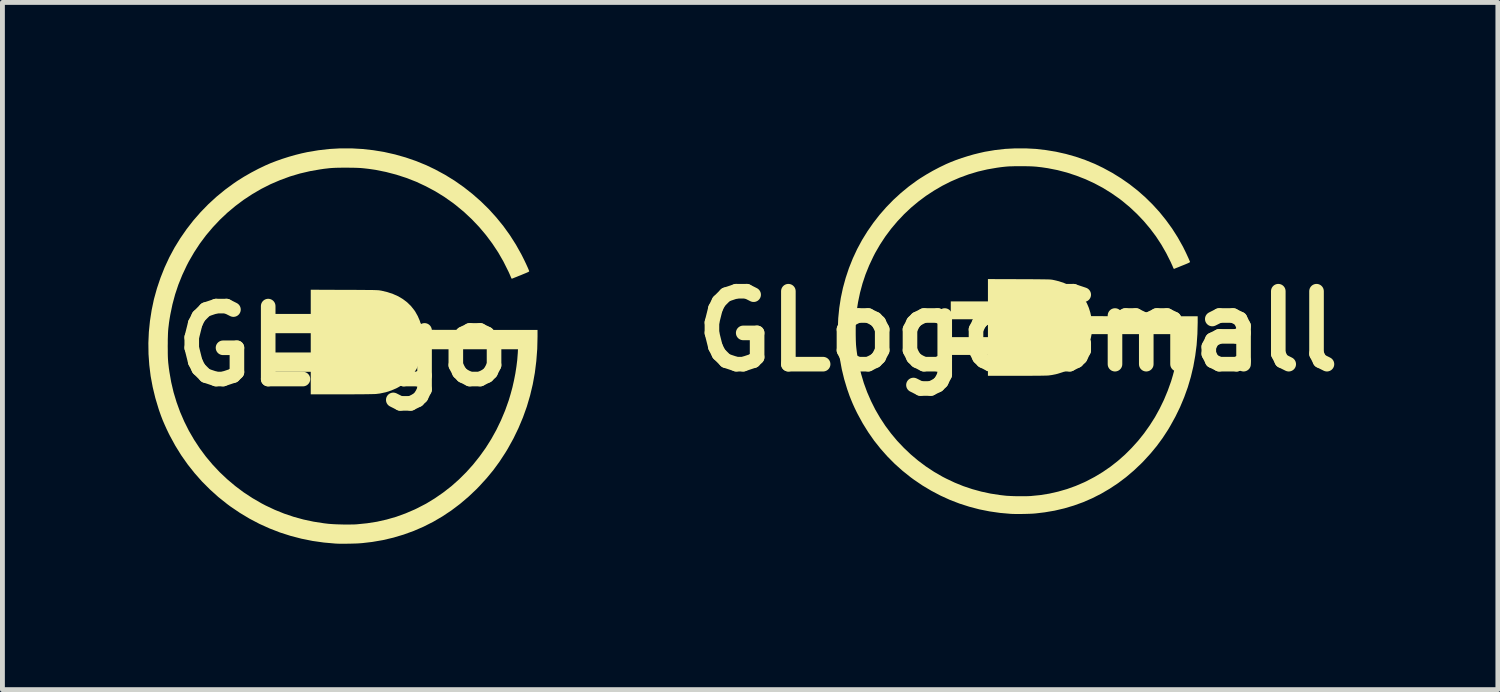
<source format=kicad_pcb>
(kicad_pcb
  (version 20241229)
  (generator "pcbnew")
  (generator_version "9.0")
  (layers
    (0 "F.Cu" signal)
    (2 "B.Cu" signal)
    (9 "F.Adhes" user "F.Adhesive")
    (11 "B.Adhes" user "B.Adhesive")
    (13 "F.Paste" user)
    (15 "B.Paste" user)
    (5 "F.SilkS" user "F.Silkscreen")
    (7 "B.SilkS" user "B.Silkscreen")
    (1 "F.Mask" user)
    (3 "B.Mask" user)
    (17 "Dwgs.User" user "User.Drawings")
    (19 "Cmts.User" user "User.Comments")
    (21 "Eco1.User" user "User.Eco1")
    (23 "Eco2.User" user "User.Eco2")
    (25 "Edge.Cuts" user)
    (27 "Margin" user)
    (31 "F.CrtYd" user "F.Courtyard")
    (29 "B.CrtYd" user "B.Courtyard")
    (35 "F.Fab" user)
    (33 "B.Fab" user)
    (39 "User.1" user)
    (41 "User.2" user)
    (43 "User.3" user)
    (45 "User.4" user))
  (footprint "GLogoSmall"
    (layer "F.Cu")
    (at 17.871 3.758)
    (property "Reference" "GLogoSmall" (at 0 0 0) (layer "F.SilkS") (effects (font (size 1.5 1.5) (thickness 0.3))))
    (attr board_only exclude_from_pos_files exclude_from_bom)
    (fp_poly (pts (xy 0.371 -3.747) (xy 0.58 -3.723) (xy 0.787 -3.689) (xy 0.992 -3.643) (xy 1.194 -3.586) (xy 1.393 -3.517) (xy 1.587 -3.438) (xy 1.755 -3.357) (xy 1.943 -3.255) (xy 2.124 -3.143) (xy 2.298 -3.022) (xy 2.465 -2.891) (xy 2.624 -2.751) (xy 2.775 -2.602) (xy 2.917 -2.446) (xy 3.05 -2.281) (xy 3.174 -2.11) (xy 3.288 -1.931) (xy 3.392 -1.746) (xy 3.404 -1.723) (xy 3.424 -1.682) (xy 3.446 -1.638) (xy 3.468 -1.592) (xy 3.489 -1.546) (xy 3.509 -1.503) (xy 3.525 -1.466) (xy 3.538 -1.436) (xy 3.541 -1.428) (xy 3.542 -1.424) (xy 3.54 -1.42) (xy 3.535 -1.415) (xy 3.525 -1.409) (xy 3.509 -1.401) (xy 3.486 -1.391) (xy 3.455 -1.378) (xy 3.414 -1.361) (xy 3.383 -1.349) (xy 3.341 -1.332) (xy 3.303 -1.316) (xy 3.269 -1.303) (xy 3.242 -1.292) (xy 3.223 -1.284) (xy 3.214 -1.28) (xy 3.213 -1.28) (xy 3.208 -1.284) (xy 3.2 -1.296) (xy 3.196 -1.307) (xy 3.189 -1.323) (xy 3.179 -1.347) (xy 3.165 -1.377) (xy 3.151 -1.409) (xy 3.142 -1.428) (xy 3.052 -1.607) (xy 2.952 -1.781) (xy 2.842 -1.949) (xy 2.721 -2.11) (xy 2.591 -2.264) (xy 2.452 -2.41) (xy 2.305 -2.548) (xy 2.149 -2.678) (xy 2.089 -2.724) (xy 1.924 -2.839) (xy 1.753 -2.945) (xy 1.575 -3.04) (xy 1.393 -3.124) (xy 1.205 -3.197) (xy 1.014 -3.26) (xy 0.819 -3.311) (xy 0.621 -3.35) (xy 0.554 -3.36) (xy 0.494 -3.369) (xy 0.44 -3.375) (xy 0.389 -3.381) (xy 0.338 -3.385) (xy 0.285 -3.388) (xy 0.228 -3.39) (xy 0.164 -3.391) (xy 0.091 -3.391) (xy 0.064 -3.391) (xy -0.007 -3.391) (xy -0.068 -3.391) (xy -0.122 -3.389) (xy -0.171 -3.388) (xy -0.216 -3.385) (xy -0.261 -3.381) (xy -0.307 -3.376) (xy -0.357 -3.37) (xy -0.413 -3.362) (xy -0.427 -3.36) (xy -0.624 -3.326) (xy -0.817 -3.281) (xy -1.007 -3.224) (xy -1.193 -3.156) (xy -1.374 -3.078) (xy -1.55 -2.989) (xy -1.72 -2.89) (xy -1.885 -2.782) (xy -2.043 -2.664) (xy -2.194 -2.538) (xy -2.337 -2.403) (xy -2.473 -2.259) (xy -2.601 -2.107) (xy -2.72 -1.948) (xy -2.83 -1.781) (xy -2.93 -1.608) (xy -2.969 -1.532) (xy -3.054 -1.351) (xy -3.128 -1.168) (xy -3.19 -0.982) (xy -3.241 -0.792) (xy -3.282 -0.597) (xy -3.296 -0.509) (xy -3.305 -0.448) (xy -3.312 -0.393) (xy -3.318 -0.341) (xy -3.323 -0.289) (xy -3.326 -0.236) (xy -3.328 -0.179) (xy -3.329 -0.115) (xy -3.33 -0.043) (xy -3.33 -0.003) (xy -3.33 0.068) (xy -3.329 0.13) (xy -3.328 0.183) (xy -3.326 0.232) (xy -3.324 0.277) (xy -3.32 0.322) (xy -3.315 0.368) (xy -3.309 0.418) (xy -3.301 0.474) (xy -3.299 0.488) (xy -3.265 0.685) (xy -3.219 0.879) (xy -3.163 1.068) (xy -3.095 1.254) (xy -3.016 1.435) (xy -2.928 1.611) (xy -2.829 1.781) (xy -2.721 1.946) (xy -2.603 2.104) (xy -2.477 2.255) (xy -2.341 2.398) (xy -2.198 2.534) (xy -2.046 2.662) (xy -1.887 2.781) (xy -1.72 2.891) (xy -1.547 2.991) (xy -1.471 3.03) (xy -1.294 3.114) (xy -1.116 3.186) (xy -0.934 3.247) (xy -0.748 3.298) (xy -0.557 3.339) (xy -0.36 3.369) (xy -0.275 3.379) (xy -0.228 3.384) (xy -0.171 3.387) (xy -0.108 3.39) (xy -0.04 3.392) (xy 0.03 3.393) (xy 0.097 3.393) (xy 0.162 3.393) (xy 0.219 3.391) (xy 0.266 3.389) (xy 0.46 3.37) (xy 0.648 3.34) (xy 0.832 3.298) (xy 1.013 3.246) (xy 1.191 3.182) (xy 1.368 3.106) (xy 1.41 3.086) (xy 1.581 2.996) (xy 1.747 2.896) (xy 1.907 2.786) (xy 2.06 2.666) (xy 2.206 2.537) (xy 2.344 2.399) (xy 2.476 2.253) (xy 2.599 2.099) (xy 2.714 1.937) (xy 2.821 1.769) (xy 2.918 1.593) (xy 3.006 1.412) (xy 3.084 1.224) (xy 3.153 1.032) (xy 3.189 0.911) (xy 3.223 0.785) (xy 3.253 0.654) (xy 3.278 0.522) (xy 3.299 0.391) (xy 3.315 0.265) (xy 3.324 0.146) (xy 3.325 0.136) (xy 3.329 0.061) (xy 2.424 0.061) (xy 1.519 0.061) (xy 1.505 0.133) (xy 1.479 0.242) (xy 1.444 0.343) (xy 1.4 0.437) (xy 1.346 0.523) (xy 1.282 0.603) (xy 1.264 0.622) (xy 1.202 0.681) (xy 1.138 0.732) (xy 1.067 0.776) (xy 1.027 0.797) (xy 0.925 0.843) (xy 0.817 0.877) (xy 0.704 0.901) (xy 0.631 0.911) (xy 0.613 0.912) (xy 0.584 0.913) (xy 0.543 0.914) (xy 0.492 0.915) (xy 0.43 0.916) (xy 0.359 0.916) (xy 0.279 0.917) (xy 0.19 0.917) (xy 0.093 0.917) (xy -0.012 0.917) (xy -0.022 0.917) (xy -0.612 0.917) (xy -0.612 0.703) (xy -0.612 0.489) (xy -0.994 0.489) (xy -1.376 0.489) (xy -1.376 0.306) (xy -1.376 0.122) (xy -0.994 0.122) (xy -0.612 0.122) (xy -0.612 -0.061) (xy -0.612 -0.245) (xy -0.994 -0.245) (xy -1.376 -0.245) (xy -1.376 -0.428) (xy -1.376 -0.612) (xy -0.994 -0.612) (xy -0.612 -0.612) (xy -0.612 -0.841) (xy -0.612 -1.071) (xy 0.026 -1.069) (xy 0.128 -1.068) (xy 0.219 -1.068) (xy 0.3 -1.068) (xy 0.37 -1.067) (xy 0.431 -1.067) (xy 0.484 -1.066) (xy 0.529 -1.066) (xy 0.567 -1.065) (xy 0.599 -1.065) (xy 0.626 -1.064) (xy 0.648 -1.063) (xy 0.667 -1.062) (xy 0.682 -1.061) (xy 0.695 -1.059) (xy 0.707 -1.058) (xy 0.718 -1.056) (xy 0.729 -1.054) (xy 0.731 -1.053) (xy 0.847 -1.026) (xy 0.953 -0.99) (xy 1.052 -0.946) (xy 1.141 -0.893) (xy 1.221 -0.832) (xy 1.293 -0.762) (xy 1.356 -0.684) (xy 1.374 -0.657) (xy 1.423 -0.572) (xy 1.462 -0.48) (xy 1.492 -0.385) (xy 1.498 -0.358) (xy 1.509 -0.309) (xy 2.604 -0.307) (xy 3.7 -0.306) (xy 3.7 -0.176) (xy 3.694 0.057) (xy 3.678 0.285) (xy 3.649 0.508) (xy 3.61 0.727) (xy 3.559 0.941) (xy 3.497 1.151) (xy 3.423 1.357) (xy 3.338 1.56) (xy 3.241 1.759) (xy 3.133 1.954) (xy 3.088 2.03) (xy 2.978 2.198) (xy 2.859 2.36) (xy 2.73 2.516) (xy 2.591 2.668) (xy 2.541 2.719) (xy 2.387 2.865) (xy 2.227 3.001) (xy 2.061 3.126) (xy 1.89 3.239) (xy 1.714 3.342) (xy 1.533 3.434) (xy 1.347 3.515) (xy 1.156 3.584) (xy 0.961 3.642) (xy 0.761 3.689) (xy 0.556 3.724) (xy 0.373 3.746) (xy 0.326 3.75) (xy 0.27 3.753) (xy 0.208 3.755) (xy 0.142 3.757) (xy 0.075 3.758) (xy 0.01 3.759) (xy -0.051 3.758) (xy -0.105 3.757) (xy -0.144 3.755) (xy -0.362 3.736) (xy -0.577 3.705) (xy -0.788 3.663) (xy -0.994 3.609) (xy -1.197 3.544) (xy -1.394 3.468) (xy -1.587 3.38) (xy -1.775 3.281) (xy -1.958 3.172) (xy -2.136 3.051) (xy -2.2 3.004) (xy -2.368 2.87) (xy -2.528 2.727) (xy -2.678 2.576) (xy -2.819 2.417) (xy -2.952 2.25) (xy -3.074 2.075) (xy -3.187 1.893) (xy -3.29 1.704) (xy -3.309 1.667) (xy -3.353 1.576) (xy -3.391 1.492) (xy -3.425 1.41) (xy -3.458 1.327) (xy -3.489 1.237) (xy -3.505 1.193) (xy -3.567 0.987) (xy -3.617 0.78) (xy -3.655 0.571) (xy -3.681 0.361) (xy -3.696 0.151) (xy -3.698 -0.059) (xy -3.689 -0.269) (xy -3.668 -0.479) (xy -3.636 -0.686) (xy -3.592 -0.892) (xy -3.536 -1.096) (xy -3.469 -1.297) (xy -3.39 -1.495) (xy -3.3 -1.688) (xy -3.201 -1.872) (xy -3.091 -2.05) (xy -2.971 -2.223) (xy -2.842 -2.389) (xy -2.703 -2.548) (xy -2.556 -2.699) (xy -2.401 -2.841) (xy -2.238 -2.975) (xy -2.069 -3.099) (xy -2.006 -3.141) (xy -1.879 -3.22) (xy -1.745 -3.297) (xy -1.608 -3.369) (xy -1.471 -3.435) (xy -1.373 -3.477) (xy -1.266 -3.519) (xy -1.149 -3.56) (xy -1.028 -3.598) (xy -0.904 -3.634) (xy -0.782 -3.664) (xy -0.676 -3.688) (xy -0.468 -3.723) (xy -0.259 -3.747) (xy -0.049 -3.758) (xy 0.161 -3.758)) (stroke (width 0) (type solid)) (fill yes) (layer "F.SilkS")))
  (footprint "GLogo"
    (layer "F.Cu")
    (at 3.999 4.064)
    (property "Reference" "GLogo" (at 0 0 0) (layer "F.SilkS") (effects (font (size 1.5 1.5) (thickness 0.3))))
    (attr board_only exclude_from_pos_files exclude_from_bom)
    (fp_poly (pts (xy 0.402 -4.051) (xy 0.627 -4.026) (xy 0.851 -3.989) (xy 1.073 -3.939) (xy 1.291 -3.877) (xy 1.506 -3.803) (xy 1.716 -3.717) (xy 1.898 -3.63) (xy 2.101 -3.52) (xy 2.297 -3.399) (xy 2.485 -3.267) (xy 2.665 -3.125) (xy 2.837 -2.974) (xy 3 -2.814) (xy 3.154 -2.644) (xy 3.298 -2.467) (xy 3.432 -2.281) (xy 3.555 -2.088) (xy 3.667 -1.888) (xy 3.68 -1.863) (xy 3.702 -1.819) (xy 3.726 -1.771) (xy 3.75 -1.721) (xy 3.773 -1.672) (xy 3.794 -1.626) (xy 3.812 -1.585) (xy 3.825 -1.553) (xy 3.829 -1.544) (xy 3.83 -1.539) (xy 3.828 -1.535) (xy 3.822 -1.53) (xy 3.812 -1.523) (xy 3.794 -1.515) (xy 3.769 -1.504) (xy 3.735 -1.49) (xy 3.691 -1.472) (xy 3.658 -1.458) (xy 3.612 -1.44) (xy 3.571 -1.423) (xy 3.535 -1.409) (xy 3.506 -1.397) (xy 3.485 -1.389) (xy 3.475 -1.385) (xy 3.474 -1.384) (xy 3.468 -1.388) (xy 3.46 -1.401) (xy 3.455 -1.413) (xy 3.448 -1.43) (xy 3.437 -1.456) (xy 3.423 -1.488) (xy 3.407 -1.524) (xy 3.397 -1.544) (xy 3.3 -1.738) (xy 3.192 -1.926) (xy 3.072 -2.107) (xy 2.942 -2.281) (xy 2.802 -2.447) (xy 2.651 -2.606) (xy 2.492 -2.755) (xy 2.323 -2.895) (xy 2.258 -2.945) (xy 2.08 -3.07) (xy 1.895 -3.184) (xy 1.703 -3.286) (xy 1.506 -3.378) (xy 1.303 -3.457) (xy 1.096 -3.524) (xy 0.885 -3.579) (xy 0.672 -3.622) (xy 0.598 -3.633) (xy 0.535 -3.642) (xy 0.476 -3.649) (xy 0.421 -3.655) (xy 0.366 -3.66) (xy 0.308 -3.663) (xy 0.247 -3.665) (xy 0.178 -3.666) (xy 0.099 -3.667) (xy 0.069 -3.667) (xy -0.008 -3.667) (xy -0.074 -3.666) (xy -0.132 -3.665) (xy -0.184 -3.663) (xy -0.233 -3.66) (xy -0.282 -3.656) (xy -0.332 -3.65) (xy -0.386 -3.644) (xy -0.446 -3.635) (xy -0.461 -3.633) (xy -0.674 -3.596) (xy -0.884 -3.547) (xy -1.089 -3.486) (xy -1.29 -3.412) (xy -1.486 -3.328) (xy -1.676 -3.232) (xy -1.86 -3.125) (xy -2.038 -3.008) (xy -2.208 -2.881) (xy -2.372 -2.744) (xy -2.527 -2.598) (xy -2.674 -2.442) (xy -2.812 -2.279) (xy -2.941 -2.106) (xy -3.059 -1.926) (xy -3.168 -1.738) (xy -3.21 -1.657) (xy -3.302 -1.461) (xy -3.382 -1.263) (xy -3.449 -1.062) (xy -3.504 -0.857) (xy -3.548 -0.645) (xy -3.564 -0.551) (xy -3.574 -0.485) (xy -3.581 -0.425) (xy -3.588 -0.368) (xy -3.593 -0.313) (xy -3.596 -0.255) (xy -3.598 -0.193) (xy -3.6 -0.124) (xy -3.6 -0.046) (xy -3.601 -0.003) (xy -3.6 0.074) (xy -3.6 0.14) (xy -3.599 0.198) (xy -3.597 0.251) (xy -3.594 0.3) (xy -3.59 0.348) (xy -3.584 0.398) (xy -3.578 0.452) (xy -3.569 0.512) (xy -3.567 0.528) (xy -3.53 0.741) (xy -3.481 0.95) (xy -3.419 1.155) (xy -3.346 1.356) (xy -3.261 1.552) (xy -3.166 1.742) (xy -3.059 1.926) (xy -2.942 2.104) (xy -2.815 2.275) (xy -2.678 2.438) (xy -2.532 2.593) (xy -2.376 2.74) (xy -2.212 2.878) (xy -2.04 3.007) (xy -1.86 3.125) (xy -1.672 3.234) (xy -1.59 3.277) (xy -1.399 3.367) (xy -1.206 3.445) (xy -1.01 3.511) (xy -0.809 3.566) (xy -0.603 3.61) (xy -0.39 3.643) (xy -0.298 3.654) (xy -0.246 3.658) (xy -0.185 3.662) (xy -0.116 3.665) (xy -0.043 3.667) (xy 0.032 3.669) (xy 0.105 3.669) (xy 0.175 3.668) (xy 0.237 3.667) (xy 0.288 3.664) (xy 0.497 3.643) (xy 0.701 3.611) (xy 0.9 3.566) (xy 1.095 3.51) (xy 1.288 3.44) (xy 1.479 3.358) (xy 1.524 3.336) (xy 1.71 3.24) (xy 1.889 3.131) (xy 2.061 3.012) (xy 2.227 2.883) (xy 2.385 2.743) (xy 2.535 2.594) (xy 2.677 2.436) (xy 2.81 2.269) (xy 2.935 2.095) (xy 3.05 1.912) (xy 3.155 1.723) (xy 3.25 1.526) (xy 3.335 1.324) (xy 3.409 1.116) (xy 3.448 0.985) (xy 3.485 0.849) (xy 3.517 0.707) (xy 3.545 0.564) (xy 3.567 0.423) (xy 3.584 0.287) (xy 3.594 0.158) (xy 3.595 0.147) (xy 3.599 0.066) (xy 2.621 0.066) (xy 1.642 0.066) (xy 1.627 0.143) (xy 1.599 0.261) (xy 1.561 0.371) (xy 1.513 0.472) (xy 1.455 0.566) (xy 1.386 0.651) (xy 1.367 0.672) (xy 1.3 0.736) (xy 1.23 0.791) (xy 1.153 0.839) (xy 1.111 0.862) (xy 1 0.911) (xy 0.884 0.949) (xy 0.762 0.975) (xy 0.682 0.985) (xy 0.663 0.986) (xy 0.631 0.987) (xy 0.587 0.988) (xy 0.532 0.989) (xy 0.465 0.99) (xy 0.388 0.991) (xy 0.301 0.991) (xy 0.205 0.992) (xy 0.1 0.992) (xy -0.013 0.992) (xy -0.024 0.992) (xy -0.661 0.992) (xy -0.661 0.76) (xy -0.661 0.529) (xy -1.075 0.529) (xy -1.488 0.529) (xy -1.488 0.331) (xy -1.488 0.132) (xy -1.075 0.132) (xy -0.661 0.132) (xy -0.661 -0.066) (xy -0.661 -0.265) (xy -1.075 -0.265) (xy -1.488 -0.265) (xy -1.488 -0.463) (xy -1.488 -0.661) (xy -1.075 -0.661) (xy -0.661 -0.661) (xy -0.661 -0.91) (xy -0.661 -1.158) (xy 0.028 -1.155) (xy 0.139 -1.155) (xy 0.237 -1.155) (xy 0.324 -1.154) (xy 0.4 -1.154) (xy 0.466 -1.153) (xy 0.523 -1.153) (xy 0.572 -1.152) (xy 0.613 -1.152) (xy 0.648 -1.151) (xy 0.677 -1.15) (xy 0.701 -1.149) (xy 0.721 -1.148) (xy 0.738 -1.147) (xy 0.752 -1.145) (xy 0.765 -1.143) (xy 0.776 -1.141) (xy 0.788 -1.139) (xy 0.79 -1.139) (xy 0.915 -1.109) (xy 1.031 -1.07) (xy 1.137 -1.023) (xy 1.234 -0.965) (xy 1.321 -0.899) (xy 1.398 -0.824) (xy 1.466 -0.739) (xy 1.486 -0.71) (xy 1.538 -0.618) (xy 1.581 -0.519) (xy 1.613 -0.416) (xy 1.62 -0.387) (xy 1.631 -0.334) (xy 2.816 -0.332) (xy 4.001 -0.331) (xy 4.001 -0.19) (xy 3.995 0.061) (xy 3.976 0.308) (xy 3.946 0.549) (xy 3.903 0.786) (xy 3.848 1.017) (xy 3.781 1.245) (xy 3.701 1.468) (xy 3.609 1.687) (xy 3.505 1.902) (xy 3.388 2.113) (xy 3.338 2.195) (xy 3.219 2.377) (xy 3.091 2.552) (xy 2.952 2.72) (xy 2.802 2.884) (xy 2.748 2.94) (xy 2.581 3.098) (xy 2.408 3.245) (xy 2.229 3.38) (xy 2.044 3.503) (xy 1.854 3.614) (xy 1.658 3.713) (xy 1.457 3.8) (xy 1.25 3.875) (xy 1.039 3.938) (xy 0.822 3.989) (xy 0.601 4.027) (xy 0.403 4.05) (xy 0.353 4.054) (xy 0.292 4.058) (xy 0.225 4.06) (xy 0.153 4.062) (xy 0.081 4.063) (xy 0.01 4.064) (xy -0.055 4.064) (xy -0.114 4.062) (xy -0.155 4.06) (xy -0.392 4.039) (xy -0.624 4.006) (xy -0.852 3.96) (xy -1.075 3.902) (xy -1.294 3.832) (xy -1.508 3.749) (xy -1.716 3.655) (xy -1.92 3.548) (xy -2.118 3.429) (xy -2.31 3.299) (xy -2.379 3.248) (xy -2.561 3.103) (xy -2.733 2.948) (xy -2.896 2.785) (xy -3.048 2.613) (xy -3.191 2.433) (xy -3.324 2.244) (xy -3.446 2.047) (xy -3.557 1.843) (xy -3.578 1.802) (xy -3.625 1.704) (xy -3.666 1.613) (xy -3.704 1.525) (xy -3.739 1.434) (xy -3.773 1.338) (xy -3.789 1.29) (xy -3.856 1.067) (xy -3.91 0.843) (xy -3.952 0.618) (xy -3.98 0.391) (xy -3.996 0.163) (xy -3.999 -0.064) (xy -3.989 -0.291) (xy -3.966 -0.517) (xy -3.931 -0.742) (xy -3.884 -0.965) (xy -3.823 -1.185) (xy -3.75 -1.402) (xy -3.665 -1.616) (xy -3.568 -1.825) (xy -3.461 -2.024) (xy -3.342 -2.217) (xy -3.213 -2.403) (xy -3.073 -2.583) (xy -2.923 -2.755) (xy -2.764 -2.918) (xy -2.596 -3.072) (xy -2.42 -3.216) (xy -2.237 -3.35) (xy -2.169 -3.396) (xy -2.032 -3.482) (xy -1.887 -3.565) (xy -1.739 -3.643) (xy -1.591 -3.714) (xy -1.485 -3.76) (xy -1.368 -3.805) (xy -1.243 -3.849) (xy -1.111 -3.891) (xy -0.978 -3.929) (xy -0.846 -3.962) (xy -0.731 -3.987) (xy -0.506 -4.025) (xy -0.28 -4.051) (xy -0.053 -4.064) (xy 0.175 -4.064)) (stroke (width 0) (type solid)) (fill yes) (layer "F.SilkS")))
  (gr_rect
    (start -3 -3)
    (end 27.742 11.127)
    (stroke (width 0.1) (type default))
    (fill no)
    (layer "Edge.Cuts")))
</source>
